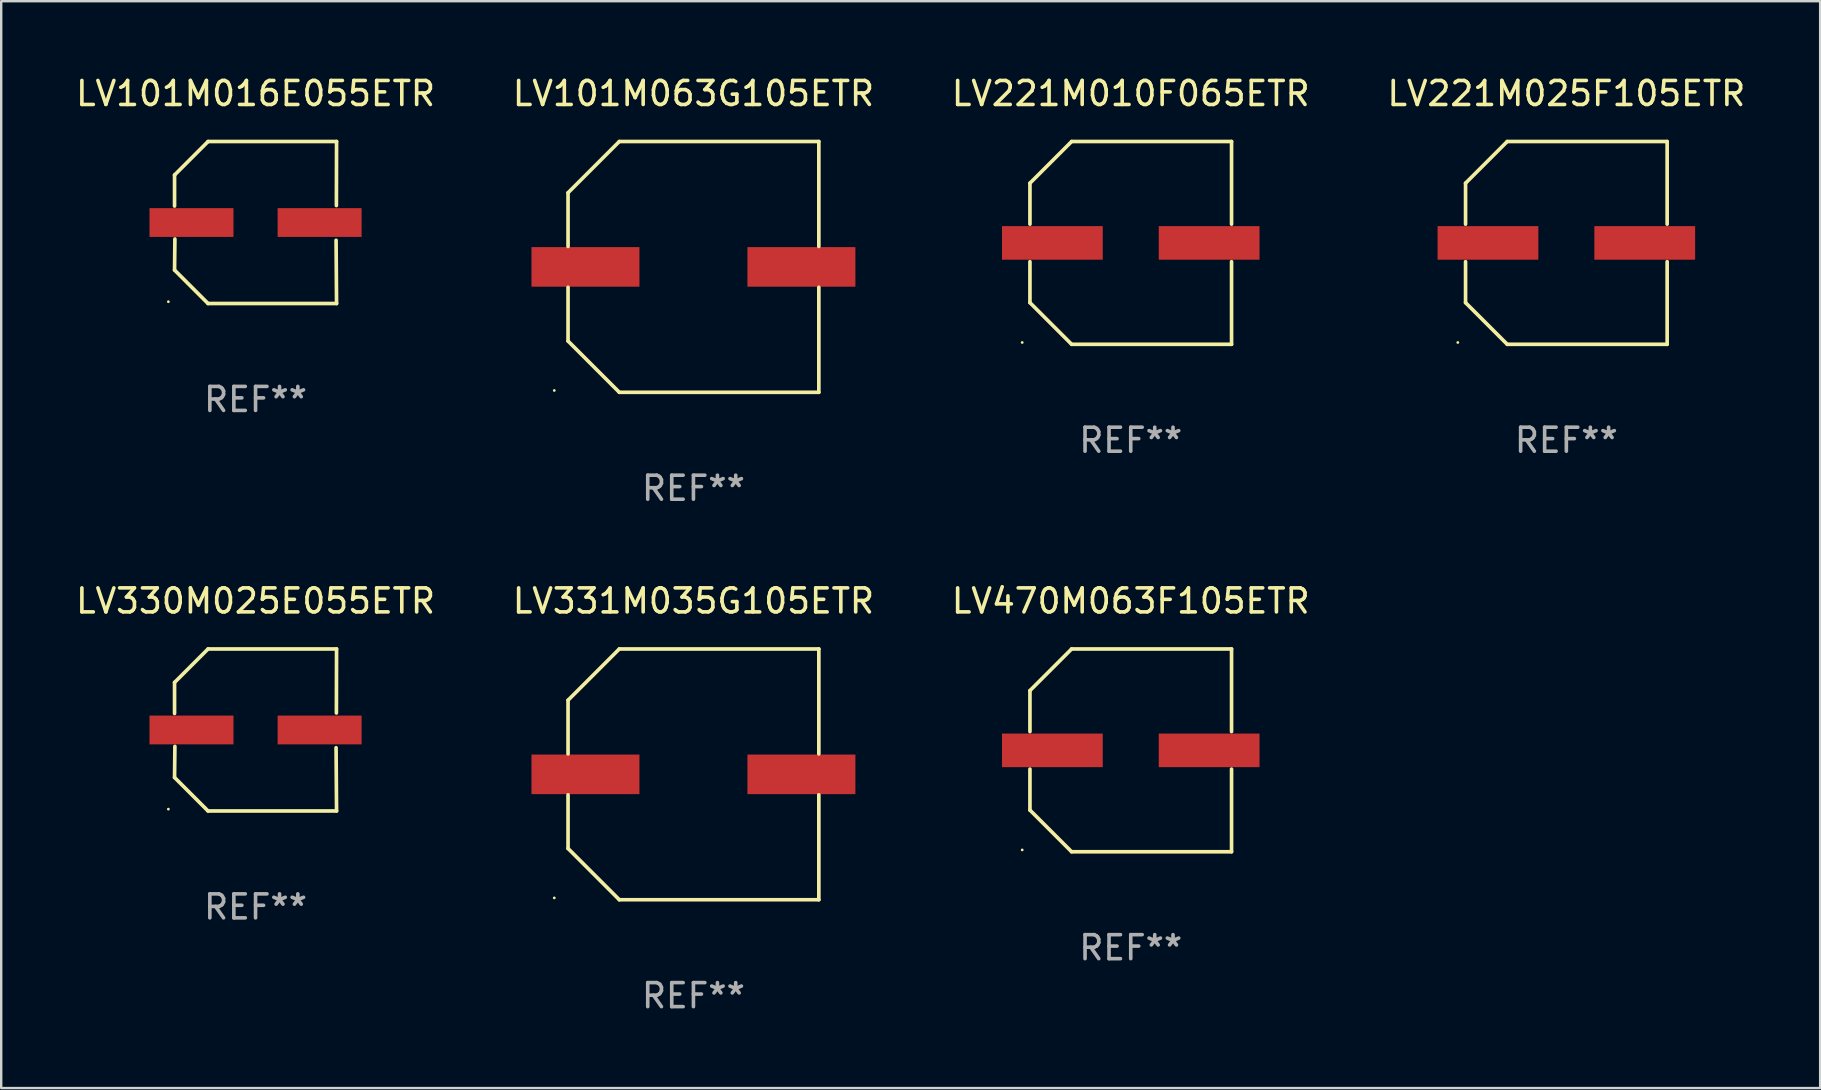
<source format=kicad_pcb>
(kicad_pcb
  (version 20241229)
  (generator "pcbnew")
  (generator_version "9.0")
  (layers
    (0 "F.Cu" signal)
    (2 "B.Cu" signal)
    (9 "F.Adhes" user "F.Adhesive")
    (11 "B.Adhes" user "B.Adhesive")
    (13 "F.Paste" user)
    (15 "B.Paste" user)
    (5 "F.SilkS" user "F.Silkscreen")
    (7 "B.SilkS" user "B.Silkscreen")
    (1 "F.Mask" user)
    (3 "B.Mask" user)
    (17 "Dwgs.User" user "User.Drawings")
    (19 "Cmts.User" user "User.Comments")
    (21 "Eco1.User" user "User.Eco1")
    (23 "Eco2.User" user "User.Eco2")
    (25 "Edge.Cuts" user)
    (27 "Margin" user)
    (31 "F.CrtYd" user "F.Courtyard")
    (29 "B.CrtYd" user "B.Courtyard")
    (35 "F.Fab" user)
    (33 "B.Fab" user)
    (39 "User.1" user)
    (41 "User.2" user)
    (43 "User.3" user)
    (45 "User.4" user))
  (footprint "LV101M016E055ETR"
    (layer "F.Cu")
    (at 7.601 6.224)
    (property "Reference" "LV101M016E055ETR" (at 0 -5.376 0) (layer "F.SilkS") (effects (font (size 1 1) (thickness 0.15))))
    (attr through_hole)
    (fp_line (start -3.376 -1.98) (end -3.376 -0.686) (stroke (width 0.152) (type solid)) (layer "F.SilkS"))
    (fp_line (start -3.376 1.981) (end -3.362 0.686) (stroke (width 0.152) (type solid)) (layer "F.SilkS"))
    (fp_line (start -1.981 3.376) (end -3.376 1.981) (stroke (width 0.152) (type solid)) (layer "F.SilkS"))
    (fp_line (start -1.98 -3.376) (end -3.376 -1.98) (stroke (width 0.152) (type solid)) (layer "F.SilkS"))
    (fp_line (start 3.356 0.74) (end 3.376 3.376) (stroke (width 0.152) (type solid)) (layer "F.SilkS"))
    (fp_line (start 3.369 -0.707) (end 3.376 -3.376) (stroke (width 0.152) (type solid)) (layer "F.SilkS"))
    (fp_line (start 3.376 3.376) (end -1.981 3.376) (stroke (width 0.152) (type solid)) (layer "F.SilkS"))
    (fp_line (start 3.376 -3.376) (end -1.98 -3.376) (stroke (width 0.152) (type solid)) (layer "F.SilkS"))
    (fp_circle (center -3.634 3.3) (end -3.604 3.3) (stroke (width 0.06) (type solid)) (fill no) (layer "F.SilkS"))
    (fp_text user "REF**" (at 0 7.376 0) (layer "F.Fab") (effects (font (size 1 1) (thickness 0.15))))
    (pad "1" smd rect (at -2.67 0.000254) (size 3.5 1.2) (layers "F.Cu" "F.Mask" "F.Paste"))
    (pad "2" smd rect (at 2.67 0.000254) (size 3.5 1.2) (layers "F.Cu" "F.Mask" "F.Paste")))
  (footprint "LV331M035G105ETR"
    (layer "F.Cu")
    (at 25.851 29.223)
    (property "Reference" "LV331M035G105ETR" (at 0 -7.226 0) (layer "F.SilkS") (effects (font (size 1 1) (thickness 0.15))))
    (attr through_hole)
    (fp_line (start -5.226 -3.09) (end -5.226 -0.852) (stroke (width 0.152) (type solid)) (layer "F.SilkS"))
    (fp_line (start -5.226 3.09) (end -5.226 0.852) (stroke (width 0.152) (type solid)) (layer "F.SilkS"))
    (fp_line (start -3.09 -5.226) (end -5.226 -3.09) (stroke (width 0.152) (type solid)) (layer "F.SilkS"))
    (fp_line (start -3.09 5.226) (end -5.226 3.09) (stroke (width 0.152) (type solid)) (layer "F.SilkS"))
    (fp_line (start 5.226 -5.226) (end -3.09 -5.226) (stroke (width 0.152) (type solid)) (layer "F.SilkS"))
    (fp_line (start 5.226 -0.852) (end 5.226 -5.226) (stroke (width 0.152) (type solid)) (layer "F.SilkS"))
    (fp_line (start 5.226 0.852) (end 5.226 5.226) (stroke (width 0.152) (type solid)) (layer "F.SilkS"))
    (fp_line (start 5.226 5.226) (end -3.09 5.226) (stroke (width 0.152) (type solid)) (layer "F.SilkS"))
    (fp_circle (center -5.8 5.15) (end -5.77 5.15) (stroke (width 0.06) (type solid)) (fill no) (layer "F.SilkS"))
    (fp_text user "REF**" (at 0 9.226 0) (layer "F.Fab") (effects (font (size 1 1) (thickness 0.15))))
    (pad "1" smd rect (at -4.5 0) (size 4.5 1.65) (layers "F.Cu" "F.Mask" "F.Paste"))
    (pad "2" smd rect (at 4.5 0) (size 4.5 1.65) (layers "F.Cu" "F.Mask" "F.Paste")))
  (footprint "LV330M025E055ETR"
    (layer "F.Cu")
    (at 7.601 27.373)
    (property "Reference" "LV330M025E055ETR" (at 0 -5.376 0) (layer "F.SilkS") (effects (font (size 1 1) (thickness 0.15))))
    (attr through_hole)
    (fp_line (start -3.376 -1.98) (end -3.376 -0.686) (stroke (width 0.152) (type solid)) (layer "F.SilkS"))
    (fp_line (start -3.376 1.981) (end -3.362 0.686) (stroke (width 0.152) (type solid)) (layer "F.SilkS"))
    (fp_line (start -1.981 3.376) (end -3.376 1.981) (stroke (width 0.152) (type solid)) (layer "F.SilkS"))
    (fp_line (start -1.98 -3.376) (end -3.376 -1.98) (stroke (width 0.152) (type solid)) (layer "F.SilkS"))
    (fp_line (start 3.356 0.74) (end 3.376 3.376) (stroke (width 0.152) (type solid)) (layer "F.SilkS"))
    (fp_line (start 3.369 -0.707) (end 3.376 -3.376) (stroke (width 0.152) (type solid)) (layer "F.SilkS"))
    (fp_line (start 3.376 3.376) (end -1.981 3.376) (stroke (width 0.152) (type solid)) (layer "F.SilkS"))
    (fp_line (start 3.376 -3.376) (end -1.98 -3.376) (stroke (width 0.152) (type solid)) (layer "F.SilkS"))
    (fp_circle (center -3.634 3.3) (end -3.604 3.3) (stroke (width 0.06) (type solid)) (fill no) (layer "F.SilkS"))
    (fp_text user "REF**" (at 0 7.376 0) (layer "F.Fab") (effects (font (size 1 1) (thickness 0.15))))
    (pad "1" smd rect (at -2.67 0.000254) (size 3.5 1.2) (layers "F.Cu" "F.Mask" "F.Paste"))
    (pad "2" smd rect (at 2.67 0.000254) (size 3.5 1.2) (layers "F.Cu" "F.Mask" "F.Paste")))
  (footprint "LV470M063F105ETR"
    (layer "F.Cu")
    (at 44.077 28.223)
    (property "Reference" "LV470M063F105ETR" (at 0 -6.226 0) (layer "F.SilkS") (effects (font (size 1 1) (thickness 0.15))))
    (attr through_hole)
    (fp_line (start -4.201 -2.49) (end -4.201 -0.782) (stroke (width 0.152) (type solid)) (layer "F.SilkS"))
    (fp_line (start -4.201 2.49) (end -4.201 0.782) (stroke (width 0.152) (type solid)) (layer "F.SilkS"))
    (fp_line (start -2.465 -4.226) (end -4.201 -2.49) (stroke (width 0.152) (type solid)) (layer "F.SilkS"))
    (fp_line (start -2.465 4.226) (end -4.201 2.49) (stroke (width 0.152) (type solid)) (layer "F.SilkS"))
    (fp_line (start 4.201 -4.226) (end -2.465 -4.226) (stroke (width 0.152) (type solid)) (layer "F.SilkS"))
    (fp_line (start 4.201 -0.782) (end 4.201 -4.226) (stroke (width 0.152) (type solid)) (layer "F.SilkS"))
    (fp_line (start 4.201 0.782) (end 4.201 4.226) (stroke (width 0.152) (type solid)) (layer "F.SilkS"))
    (fp_line (start 4.201 4.226) (end -2.465 4.226) (stroke (width 0.152) (type solid)) (layer "F.SilkS"))
    (fp_circle (center -4.524 4.15) (end -4.494 4.15) (stroke (width 0.06) (type solid)) (fill no) (layer "F.SilkS"))
    (fp_text user "REF**" (at 0 8.226 0) (layer "F.Fab") (effects (font (size 1 1) (thickness 0.15))))
    (pad "1" smd rect (at -3.267 0) (size 4.2 1.4) (layers "F.Cu" "F.Mask" "F.Paste"))
    (pad "2" smd rect (at 3.267 0) (size 4.2 1.4) (layers "F.Cu" "F.Mask" "F.Paste")))
  (footprint "LV221M010F065ETR"
    (layer "F.Cu")
    (at 44.077 7.074)
    (property "Reference" "LV221M010F065ETR" (at 0 -6.226 0) (layer "F.SilkS") (effects (font (size 1 1) (thickness 0.15))))
    (attr through_hole)
    (fp_line (start -4.201 -2.49) (end -4.201 -0.782) (stroke (width 0.152) (type solid)) (layer "F.SilkS"))
    (fp_line (start -4.201 2.49) (end -4.201 0.782) (stroke (width 0.152) (type solid)) (layer "F.SilkS"))
    (fp_line (start -2.465 -4.226) (end -4.201 -2.49) (stroke (width 0.152) (type solid)) (layer "F.SilkS"))
    (fp_line (start -2.465 4.226) (end -4.201 2.49) (stroke (width 0.152) (type solid)) (layer "F.SilkS"))
    (fp_line (start 4.201 -4.226) (end -2.465 -4.226) (stroke (width 0.152) (type solid)) (layer "F.SilkS"))
    (fp_line (start 4.201 -0.782) (end 4.201 -4.226) (stroke (width 0.152) (type solid)) (layer "F.SilkS"))
    (fp_line (start 4.201 0.782) (end 4.201 4.226) (stroke (width 0.152) (type solid)) (layer "F.SilkS"))
    (fp_line (start 4.201 4.226) (end -2.465 4.226) (stroke (width 0.152) (type solid)) (layer "F.SilkS"))
    (fp_circle (center -4.524 4.15) (end -4.494 4.15) (stroke (width 0.06) (type solid)) (fill no) (layer "F.SilkS"))
    (fp_text user "REF**" (at 0 8.226 0) (layer "F.Fab") (effects (font (size 1 1) (thickness 0.15))))
    (pad "1" smd rect (at -3.267 0) (size 4.2 1.4) (layers "F.Cu" "F.Mask" "F.Paste"))
    (pad "2" smd rect (at 3.267 0) (size 4.2 1.4) (layers "F.Cu" "F.Mask" "F.Paste")))
  (footprint "LV101M063G105ETR"
    (layer "F.Cu")
    (at 25.851 8.074)
    (property "Reference" "LV101M063G105ETR" (at 0 -7.226 0) (layer "F.SilkS") (effects (font (size 1 1) (thickness 0.15))))
    (attr through_hole)
    (fp_line (start -5.226 -3.09) (end -5.226 -0.852) (stroke (width 0.152) (type solid)) (layer "F.SilkS"))
    (fp_line (start -5.226 3.09) (end -5.226 0.852) (stroke (width 0.152) (type solid)) (layer "F.SilkS"))
    (fp_line (start -3.09 -5.226) (end -5.226 -3.09) (stroke (width 0.152) (type solid)) (layer "F.SilkS"))
    (fp_line (start -3.09 5.226) (end -5.226 3.09) (stroke (width 0.152) (type solid)) (layer "F.SilkS"))
    (fp_line (start 5.226 -5.226) (end -3.09 -5.226) (stroke (width 0.152) (type solid)) (layer "F.SilkS"))
    (fp_line (start 5.226 -0.852) (end 5.226 -5.226) (stroke (width 0.152) (type solid)) (layer "F.SilkS"))
    (fp_line (start 5.226 0.852) (end 5.226 5.226) (stroke (width 0.152) (type solid)) (layer "F.SilkS"))
    (fp_line (start 5.226 5.226) (end -3.09 5.226) (stroke (width 0.152) (type solid)) (layer "F.SilkS"))
    (fp_circle (center -5.8 5.15) (end -5.77 5.15) (stroke (width 0.06) (type solid)) (fill no) (layer "F.SilkS"))
    (fp_text user "REF**" (at 0 9.226 0) (layer "F.Fab") (effects (font (size 1 1) (thickness 0.15))))
    (pad "1" smd rect (at -4.5 0) (size 4.5 1.65) (layers "F.Cu" "F.Mask" "F.Paste"))
    (pad "2" smd rect (at 4.5 0) (size 4.5 1.65) (layers "F.Cu" "F.Mask" "F.Paste")))
  (footprint "LV221M025F105ETR"
    (layer "F.Cu")
    (at 62.232 7.074)
    (property "Reference" "LV221M025F105ETR" (at 0 -6.226 0) (layer "F.SilkS") (effects (font (size 1 1) (thickness 0.15))))
    (attr through_hole)
    (fp_line (start -4.201 -2.49) (end -4.201 -0.782) (stroke (width 0.152) (type solid)) (layer "F.SilkS"))
    (fp_line (start -4.201 2.49) (end -4.201 0.782) (stroke (width 0.152) (type solid)) (layer "F.SilkS"))
    (fp_line (start -2.465 -4.226) (end -4.201 -2.49) (stroke (width 0.152) (type solid)) (layer "F.SilkS"))
    (fp_line (start -2.465 4.226) (end -4.201 2.49) (stroke (width 0.152) (type solid)) (layer "F.SilkS"))
    (fp_line (start 4.201 -4.226) (end -2.465 -4.226) (stroke (width 0.152) (type solid)) (layer "F.SilkS"))
    (fp_line (start 4.201 -0.782) (end 4.201 -4.226) (stroke (width 0.152) (type solid)) (layer "F.SilkS"))
    (fp_line (start 4.201 0.782) (end 4.201 4.226) (stroke (width 0.152) (type solid)) (layer "F.SilkS"))
    (fp_line (start 4.201 4.226) (end -2.465 4.226) (stroke (width 0.152) (type solid)) (layer "F.SilkS"))
    (fp_circle (center -4.524 4.15) (end -4.494 4.15) (stroke (width 0.06) (type solid)) (fill no) (layer "F.SilkS"))
    (fp_text user "REF**" (at 0 8.226 0) (layer "F.Fab") (effects (font (size 1 1) (thickness 0.15))))
    (pad "1" smd rect (at -3.267 0) (size 4.2 1.4) (layers "F.Cu" "F.Mask" "F.Paste"))
    (pad "2" smd rect (at 3.267 0) (size 4.2 1.4) (layers "F.Cu" "F.Mask" "F.Paste")))
  (gr_rect
    (start -3 -3)
    (end 72.81 42.298)
    (stroke (width 0.1) (type default))
    (fill no)
    (layer "Edge.Cuts")))
</source>
